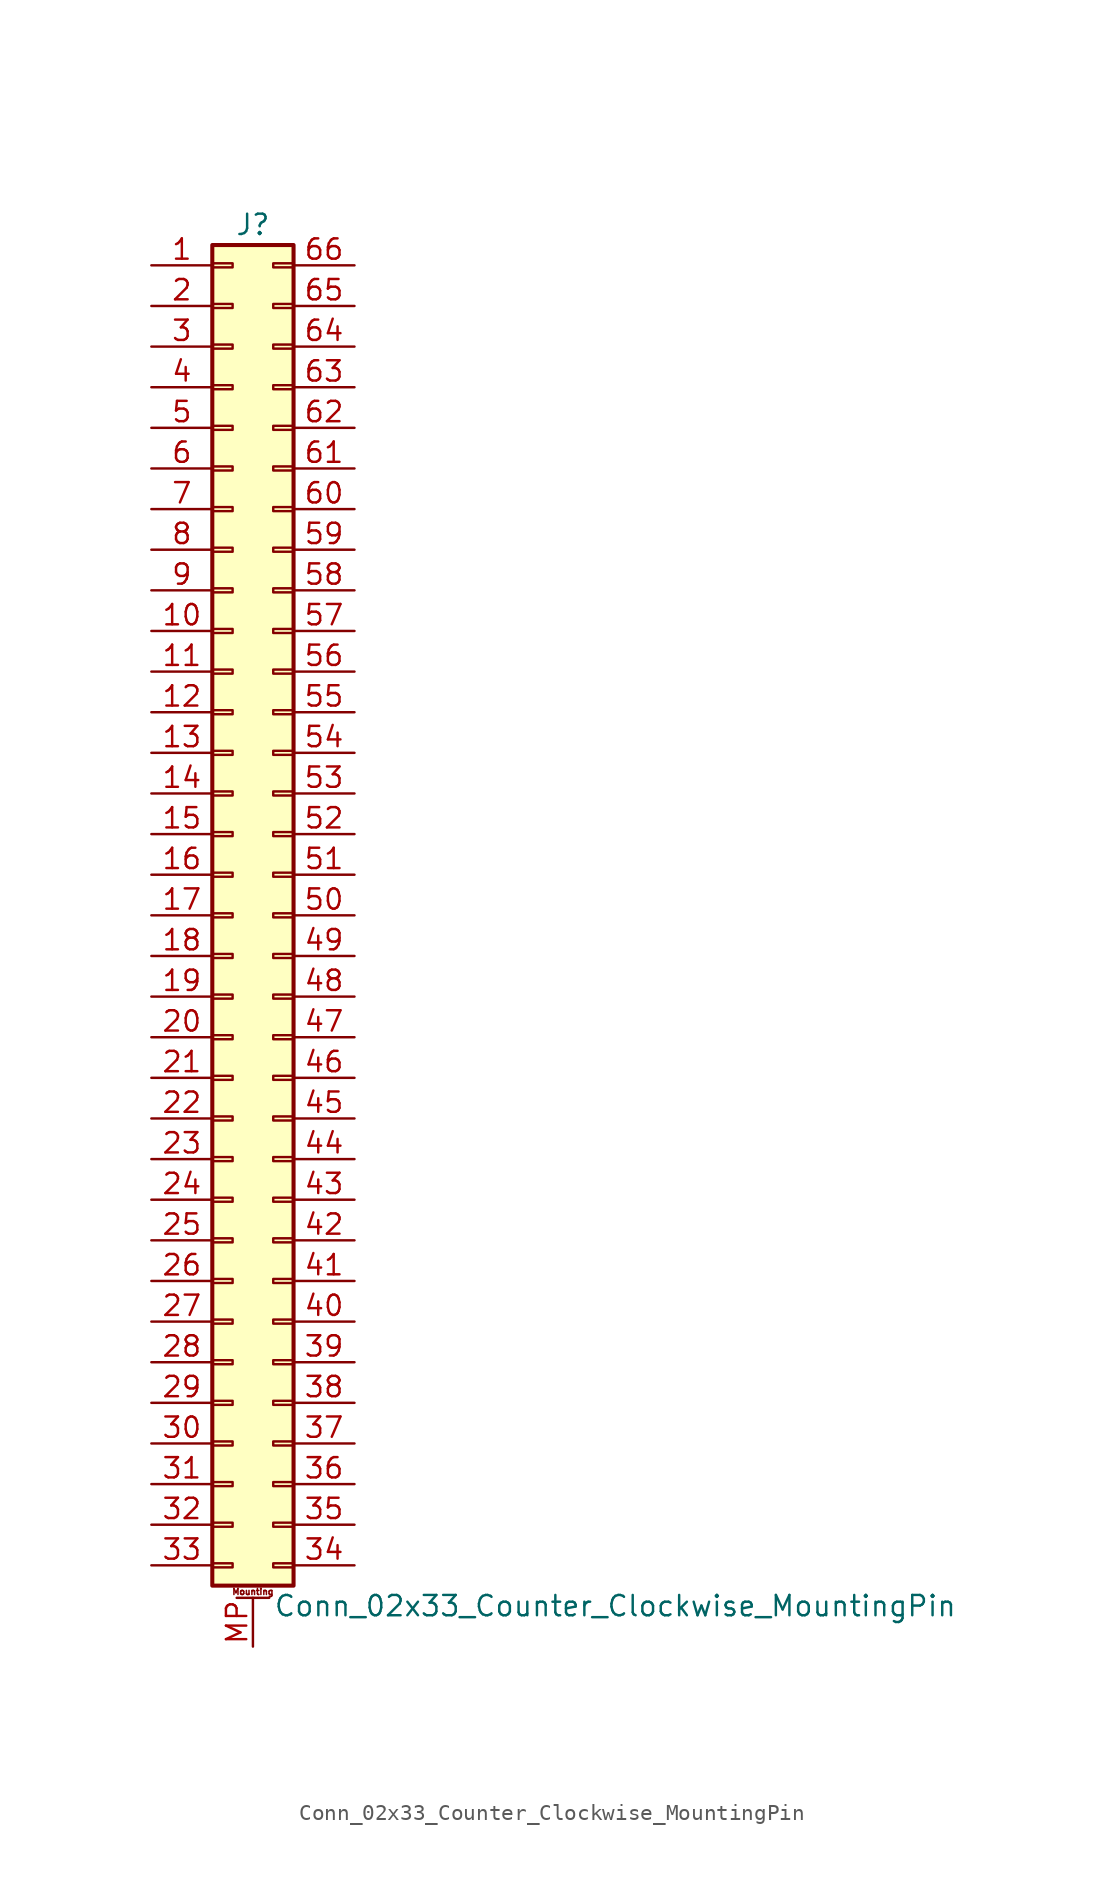
<source format=kicad_sym>
(kicad_symbol_lib
  (version 20201005)
  (generator kicad_symbol_editor)
  (symbol "Connector_Generic_MountingPin:Conn_02x33_Counter_Clockwise_MountingPin"
    (pin_names
      (offset 1.016) hide)
    (property "Reference" "J"
      (at 1.27 43.18 0)
      (effects (font (size 1.27 1.27))))
    (property "Value" "Conn_02x33_Counter_Clockwise_MountingPin"
      (at 2.54 -43.18 0)
      (effects (font (size 1.27 1.27)) (justify left)))
    (symbol "Conn_02x33_Counter_Clockwise_MountingPin_1_1"
      (text "Mounting" (at 1.27 -42.291 0) (effects (font (size 0.381 0.381))))
      (rectangle (start -1.27 -27.813) (end 0 -28.067) (stroke (width 0.152)) (fill (type none)))
      (rectangle (start -1.27 -30.353) (end 0 -30.607) (stroke (width 0.152)) (fill (type none)))
      (rectangle (start -1.27 -32.893) (end 0 -33.147) (stroke (width 0.152)) (fill (type none)))
      (rectangle (start -1.27 -35.433) (end 0 -35.687) (stroke (width 0.152)) (fill (type none)))
      (rectangle (start -1.27 -37.973) (end 0 -38.227) (stroke (width 0.152)) (fill (type none)))
      (rectangle (start -1.27 -40.513) (end 0 -40.767) (stroke (width 0.152)) (fill (type none)))
      (rectangle (start -1.27 -4.953) (end 0 -5.207) (stroke (width 0.152)) (fill (type none)))
      (rectangle (start -1.27 -7.493) (end 0 -7.747) (stroke (width 0.152)) (fill (type none)))
      (rectangle (start -1.27 -10.033) (end 0 -10.287) (stroke (width 0.152)) (fill (type none)))
      (rectangle (start -1.27 -12.573) (end 0 -12.827) (stroke (width 0.152)) (fill (type none)))
      (rectangle (start -1.27 -15.113) (end 0 -15.367) (stroke (width 0.152)) (fill (type none)))
      (rectangle (start -1.27 -17.653) (end 0 -17.907) (stroke (width 0.152)) (fill (type none)))
      (rectangle (start -1.27 -20.193) (end 0 -20.447) (stroke (width 0.152)) (fill (type none)))
      (rectangle (start -1.27 -22.733) (end 0 -22.987) (stroke (width 0.152)) (fill (type none)))
      (rectangle (start -1.27 -2.413) (end 0 -2.667) (stroke (width 0.152)) (fill (type none)))
      (rectangle (start -1.27 -25.273) (end 0 -25.527) (stroke (width 0.152)) (fill (type none)))
      (rectangle (start -1.27 25.527) (end 0 25.273) (stroke (width 0.152)) (fill (type none)))
      (rectangle (start -1.27 2.667) (end 0 2.413) (stroke (width 0.152)) (fill (type none)))
      (rectangle (start -1.27 28.067) (end 0 27.813) (stroke (width 0.152)) (fill (type none)))
      (rectangle (start -1.27 30.607) (end 0 30.353) (stroke (width 0.152)) (fill (type none)))
      (rectangle (start -1.27 33.147) (end 0 32.893) (stroke (width 0.152)) (fill (type none)))
      (rectangle (start -1.27 35.687) (end 0 35.433) (stroke (width 0.152)) (fill (type none)))
      (rectangle (start -1.27 38.227) (end 0 37.973) (stroke (width 0.152)) (fill (type none)))
      (rectangle (start -1.27 40.767) (end 0 40.513) (stroke (width 0.152)) (fill (type none)))
      (rectangle (start -1.27 41.91) (end 3.81 -41.91) (stroke (width 0.254)) (fill (type background)))
      (rectangle (start -1.27 5.207) (end 0 4.953) (stroke (width 0.152)) (fill (type none)))
      (rectangle (start -1.27 7.747) (end 0 7.493) (stroke (width 0.152)) (fill (type none)))
      (rectangle (start -1.27 10.287) (end 0 10.033) (stroke (width 0.152)) (fill (type none)))
      (rectangle (start -1.27 0.127) (end 0 -0.127) (stroke (width 0.152)) (fill (type none)))
      (rectangle (start -1.27 12.827) (end 0 12.573) (stroke (width 0.152)) (fill (type none)))
      (rectangle (start -1.27 15.367) (end 0 15.113) (stroke (width 0.152)) (fill (type none)))
      (rectangle (start -1.27 17.907) (end 0 17.653) (stroke (width 0.152)) (fill (type none)))
      (rectangle (start -1.27 20.447) (end 0 20.193) (stroke (width 0.152)) (fill (type none)))
      (rectangle (start -1.27 22.987) (end 0 22.733) (stroke (width 0.152)) (fill (type none)))
      (rectangle (start 3.81 -27.813) (end 2.54 -28.067) (stroke (width 0.152)) (fill (type none)))
      (rectangle (start 3.81 -30.353) (end 2.54 -30.607) (stroke (width 0.152)) (fill (type none)))
      (rectangle (start 3.81 -32.893) (end 2.54 -33.147) (stroke (width 0.152)) (fill (type none)))
      (rectangle (start 3.81 -35.433) (end 2.54 -35.687) (stroke (width 0.152)) (fill (type none)))
      (rectangle (start 3.81 -37.973) (end 2.54 -38.227) (stroke (width 0.152)) (fill (type none)))
      (rectangle (start 3.81 -40.513) (end 2.54 -40.767) (stroke (width 0.152)) (fill (type none)))
      (rectangle (start 3.81 -4.953) (end 2.54 -5.207) (stroke (width 0.152)) (fill (type none)))
      (rectangle (start 3.81 -7.493) (end 2.54 -7.747) (stroke (width 0.152)) (fill (type none)))
      (rectangle (start 3.81 -10.033) (end 2.54 -10.287) (stroke (width 0.152)) (fill (type none)))
      (rectangle (start 3.81 -12.573) (end 2.54 -12.827) (stroke (width 0.152)) (fill (type none)))
      (rectangle (start 3.81 -15.113) (end 2.54 -15.367) (stroke (width 0.152)) (fill (type none)))
      (rectangle (start 3.81 -17.653) (end 2.54 -17.907) (stroke (width 0.152)) (fill (type none)))
      (rectangle (start 3.81 -20.193) (end 2.54 -20.447) (stroke (width 0.152)) (fill (type none)))
      (rectangle (start 3.81 -22.733) (end 2.54 -22.987) (stroke (width 0.152)) (fill (type none)))
      (rectangle (start 3.81 -2.413) (end 2.54 -2.667) (stroke (width 0.152)) (fill (type none)))
      (rectangle (start 3.81 -25.273) (end 2.54 -25.527) (stroke (width 0.152)) (fill (type none)))
      (rectangle (start 3.81 25.527) (end 2.54 25.273) (stroke (width 0.152)) (fill (type none)))
      (rectangle (start 3.81 2.667) (end 2.54 2.413) (stroke (width 0.152)) (fill (type none)))
      (rectangle (start 3.81 28.067) (end 2.54 27.813) (stroke (width 0.152)) (fill (type none)))
      (rectangle (start 3.81 30.607) (end 2.54 30.353) (stroke (width 0.152)) (fill (type none)))
      (rectangle (start 3.81 33.147) (end 2.54 32.893) (stroke (width 0.152)) (fill (type none)))
      (rectangle (start 3.81 35.687) (end 2.54 35.433) (stroke (width 0.152)) (fill (type none)))
      (rectangle (start 3.81 38.227) (end 2.54 37.973) (stroke (width 0.152)) (fill (type none)))
      (rectangle (start 3.81 40.767) (end 2.54 40.513) (stroke (width 0.152)) (fill (type none)))
      (rectangle (start 3.81 5.207) (end 2.54 4.953) (stroke (width 0.152)) (fill (type none)))
      (rectangle (start 3.81 7.747) (end 2.54 7.493) (stroke (width 0.152)) (fill (type none)))
      (rectangle (start 3.81 10.287) (end 2.54 10.033) (stroke (width 0.152)) (fill (type none)))
      (rectangle (start 3.81 0.127) (end 2.54 -0.127) (stroke (width 0.152)) (fill (type none)))
      (rectangle (start 3.81 12.827) (end 2.54 12.573) (stroke (width 0.152)) (fill (type none)))
      (rectangle (start 3.81 15.367) (end 2.54 15.113) (stroke (width 0.152)) (fill (type none)))
      (rectangle (start 3.81 17.907) (end 2.54 17.653) (stroke (width 0.152)) (fill (type none)))
      (rectangle (start 3.81 20.447) (end 2.54 20.193) (stroke (width 0.152)) (fill (type none)))
      (rectangle (start 3.81 22.987) (end 2.54 22.733) (stroke (width 0.152)) (fill (type none)))
      (polyline (pts (xy 0.254 -42.672) (xy 2.286 -42.672)) (stroke (width 0.152)) (fill (type none)))
      (pin passive line (at 1.27 -45.72 90) (length 3.048) (name "MountPin" (effects (font (size 1.27 1.27)))) (number "MP" (effects (font (size 1.27 1.27)))))
      (pin passive line (at -5.08 40.64 0) (length 3.81) (name "Pin_1" (effects (font (size 1.27 1.27)))) (number "1" (effects (font (size 1.27 1.27)))))
      (pin passive line (at -5.08 17.78 0) (length 3.81) (name "Pin_10" (effects (font (size 1.27 1.27)))) (number "10" (effects (font (size 1.27 1.27)))))
      (pin passive line (at -5.08 15.24 0) (length 3.81) (name "Pin_11" (effects (font (size 1.27 1.27)))) (number "11" (effects (font (size 1.27 1.27)))))
      (pin passive line (at -5.08 12.7 0) (length 3.81) (name "Pin_12" (effects (font (size 1.27 1.27)))) (number "12" (effects (font (size 1.27 1.27)))))
      (pin passive line (at -5.08 10.16 0) (length 3.81) (name "Pin_13" (effects (font (size 1.27 1.27)))) (number "13" (effects (font (size 1.27 1.27)))))
      (pin passive line (at -5.08 7.62 0) (length 3.81) (name "Pin_14" (effects (font (size 1.27 1.27)))) (number "14" (effects (font (size 1.27 1.27)))))
      (pin passive line (at -5.08 5.08 0) (length 3.81) (name "Pin_15" (effects (font (size 1.27 1.27)))) (number "15" (effects (font (size 1.27 1.27)))))
      (pin passive line (at -5.08 2.54 0) (length 3.81) (name "Pin_16" (effects (font (size 1.27 1.27)))) (number "16" (effects (font (size 1.27 1.27)))))
      (pin passive line (at -5.08 0 0) (length 3.81) (name "Pin_17" (effects (font (size 1.27 1.27)))) (number "17" (effects (font (size 1.27 1.27)))))
      (pin passive line (at -5.08 -2.54 0) (length 3.81) (name "Pin_18" (effects (font (size 1.27 1.27)))) (number "18" (effects (font (size 1.27 1.27)))))
      (pin passive line (at -5.08 -5.08 0) (length 3.81) (name "Pin_19" (effects (font (size 1.27 1.27)))) (number "19" (effects (font (size 1.27 1.27)))))
      (pin passive line (at -5.08 38.1 0) (length 3.81) (name "Pin_2" (effects (font (size 1.27 1.27)))) (number "2" (effects (font (size 1.27 1.27)))))
      (pin passive line (at -5.08 -7.62 0) (length 3.81) (name "Pin_20" (effects (font (size 1.27 1.27)))) (number "20" (effects (font (size 1.27 1.27)))))
      (pin passive line (at -5.08 -10.16 0) (length 3.81) (name "Pin_21" (effects (font (size 1.27 1.27)))) (number "21" (effects (font (size 1.27 1.27)))))
      (pin passive line (at -5.08 -12.7 0) (length 3.81) (name "Pin_22" (effects (font (size 1.27 1.27)))) (number "22" (effects (font (size 1.27 1.27)))))
      (pin passive line (at -5.08 -15.24 0) (length 3.81) (name "Pin_23" (effects (font (size 1.27 1.27)))) (number "23" (effects (font (size 1.27 1.27)))))
      (pin passive line (at -5.08 -17.78 0) (length 3.81) (name "Pin_24" (effects (font (size 1.27 1.27)))) (number "24" (effects (font (size 1.27 1.27)))))
      (pin passive line (at -5.08 -20.32 0) (length 3.81) (name "Pin_25" (effects (font (size 1.27 1.27)))) (number "25" (effects (font (size 1.27 1.27)))))
      (pin passive line (at -5.08 -22.86 0) (length 3.81) (name "Pin_26" (effects (font (size 1.27 1.27)))) (number "26" (effects (font (size 1.27 1.27)))))
      (pin passive line (at -5.08 -25.4 0) (length 3.81) (name "Pin_27" (effects (font (size 1.27 1.27)))) (number "27" (effects (font (size 1.27 1.27)))))
      (pin passive line (at -5.08 -27.94 0) (length 3.81) (name "Pin_28" (effects (font (size 1.27 1.27)))) (number "28" (effects (font (size 1.27 1.27)))))
      (pin passive line (at -5.08 -30.48 0) (length 3.81) (name "Pin_29" (effects (font (size 1.27 1.27)))) (number "29" (effects (font (size 1.27 1.27)))))
      (pin passive line (at -5.08 35.56 0) (length 3.81) (name "Pin_3" (effects (font (size 1.27 1.27)))) (number "3" (effects (font (size 1.27 1.27)))))
      (pin passive line (at -5.08 -33.02 0) (length 3.81) (name "Pin_30" (effects (font (size 1.27 1.27)))) (number "30" (effects (font (size 1.27 1.27)))))
      (pin passive line (at -5.08 -35.56 0) (length 3.81) (name "Pin_31" (effects (font (size 1.27 1.27)))) (number "31" (effects (font (size 1.27 1.27)))))
      (pin passive line (at -5.08 -38.1 0) (length 3.81) (name "Pin_32" (effects (font (size 1.27 1.27)))) (number "32" (effects (font (size 1.27 1.27)))))
      (pin passive line (at -5.08 -40.64 0) (length 3.81) (name "Pin_33" (effects (font (size 1.27 1.27)))) (number "33" (effects (font (size 1.27 1.27)))))
      (pin passive line (at 7.62 -40.64 180) (length 3.81) (name "Pin_34" (effects (font (size 1.27 1.27)))) (number "34" (effects (font (size 1.27 1.27)))))
      (pin passive line (at 7.62 -38.1 180) (length 3.81) (name "Pin_35" (effects (font (size 1.27 1.27)))) (number "35" (effects (font (size 1.27 1.27)))))
      (pin passive line (at 7.62 -35.56 180) (length 3.81) (name "Pin_36" (effects (font (size 1.27 1.27)))) (number "36" (effects (font (size 1.27 1.27)))))
      (pin passive line (at 7.62 -33.02 180) (length 3.81) (name "Pin_37" (effects (font (size 1.27 1.27)))) (number "37" (effects (font (size 1.27 1.27)))))
      (pin passive line (at 7.62 -30.48 180) (length 3.81) (name "Pin_38" (effects (font (size 1.27 1.27)))) (number "38" (effects (font (size 1.27 1.27)))))
      (pin passive line (at 7.62 -27.94 180) (length 3.81) (name "Pin_39" (effects (font (size 1.27 1.27)))) (number "39" (effects (font (size 1.27 1.27)))))
      (pin passive line (at -5.08 33.02 0) (length 3.81) (name "Pin_4" (effects (font (size 1.27 1.27)))) (number "4" (effects (font (size 1.27 1.27)))))
      (pin passive line (at 7.62 -25.4 180) (length 3.81) (name "Pin_40" (effects (font (size 1.27 1.27)))) (number "40" (effects (font (size 1.27 1.27)))))
      (pin passive line (at 7.62 -22.86 180) (length 3.81) (name "Pin_41" (effects (font (size 1.27 1.27)))) (number "41" (effects (font (size 1.27 1.27)))))
      (pin passive line (at 7.62 -20.32 180) (length 3.81) (name "Pin_42" (effects (font (size 1.27 1.27)))) (number "42" (effects (font (size 1.27 1.27)))))
      (pin passive line (at 7.62 -17.78 180) (length 3.81) (name "Pin_43" (effects (font (size 1.27 1.27)))) (number "43" (effects (font (size 1.27 1.27)))))
      (pin passive line (at 7.62 -15.24 180) (length 3.81) (name "Pin_44" (effects (font (size 1.27 1.27)))) (number "44" (effects (font (size 1.27 1.27)))))
      (pin passive line (at 7.62 -12.7 180) (length 3.81) (name "Pin_45" (effects (font (size 1.27 1.27)))) (number "45" (effects (font (size 1.27 1.27)))))
      (pin passive line (at 7.62 -10.16 180) (length 3.81) (name "Pin_46" (effects (font (size 1.27 1.27)))) (number "46" (effects (font (size 1.27 1.27)))))
      (pin passive line (at 7.62 -7.62 180) (length 3.81) (name "Pin_47" (effects (font (size 1.27 1.27)))) (number "47" (effects (font (size 1.27 1.27)))))
      (pin passive line (at 7.62 -5.08 180) (length 3.81) (name "Pin_48" (effects (font (size 1.27 1.27)))) (number "48" (effects (font (size 1.27 1.27)))))
      (pin passive line (at 7.62 -2.54 180) (length 3.81) (name "Pin_49" (effects (font (size 1.27 1.27)))) (number "49" (effects (font (size 1.27 1.27)))))
      (pin passive line (at -5.08 30.48 0) (length 3.81) (name "Pin_5" (effects (font (size 1.27 1.27)))) (number "5" (effects (font (size 1.27 1.27)))))
      (pin passive line (at 7.62 0 180) (length 3.81) (name "Pin_50" (effects (font (size 1.27 1.27)))) (number "50" (effects (font (size 1.27 1.27)))))
      (pin passive line (at 7.62 2.54 180) (length 3.81) (name "Pin_51" (effects (font (size 1.27 1.27)))) (number "51" (effects (font (size 1.27 1.27)))))
      (pin passive line (at 7.62 5.08 180) (length 3.81) (name "Pin_52" (effects (font (size 1.27 1.27)))) (number "52" (effects (font (size 1.27 1.27)))))
      (pin passive line (at 7.62 7.62 180) (length 3.81) (name "Pin_53" (effects (font (size 1.27 1.27)))) (number "53" (effects (font (size 1.27 1.27)))))
      (pin passive line (at 7.62 10.16 180) (length 3.81) (name "Pin_54" (effects (font (size 1.27 1.27)))) (number "54" (effects (font (size 1.27 1.27)))))
      (pin passive line (at 7.62 12.7 180) (length 3.81) (name "Pin_55" (effects (font (size 1.27 1.27)))) (number "55" (effects (font (size 1.27 1.27)))))
      (pin passive line (at 7.62 15.24 180) (length 3.81) (name "Pin_56" (effects (font (size 1.27 1.27)))) (number "56" (effects (font (size 1.27 1.27)))))
      (pin passive line (at 7.62 17.78 180) (length 3.81) (name "Pin_57" (effects (font (size 1.27 1.27)))) (number "57" (effects (font (size 1.27 1.27)))))
      (pin passive line (at 7.62 20.32 180) (length 3.81) (name "Pin_58" (effects (font (size 1.27 1.27)))) (number "58" (effects (font (size 1.27 1.27)))))
      (pin passive line (at 7.62 22.86 180) (length 3.81) (name "Pin_59" (effects (font (size 1.27 1.27)))) (number "59" (effects (font (size 1.27 1.27)))))
      (pin passive line (at -5.08 27.94 0) (length 3.81) (name "Pin_6" (effects (font (size 1.27 1.27)))) (number "6" (effects (font (size 1.27 1.27)))))
      (pin passive line (at 7.62 25.4 180) (length 3.81) (name "Pin_60" (effects (font (size 1.27 1.27)))) (number "60" (effects (font (size 1.27 1.27)))))
      (pin passive line (at 7.62 27.94 180) (length 3.81) (name "Pin_61" (effects (font (size 1.27 1.27)))) (number "61" (effects (font (size 1.27 1.27)))))
      (pin passive line (at 7.62 30.48 180) (length 3.81) (name "Pin_62" (effects (font (size 1.27 1.27)))) (number "62" (effects (font (size 1.27 1.27)))))
      (pin passive line (at 7.62 33.02 180) (length 3.81) (name "Pin_63" (effects (font (size 1.27 1.27)))) (number "63" (effects (font (size 1.27 1.27)))))
      (pin passive line (at 7.62 35.56 180) (length 3.81) (name "Pin_64" (effects (font (size 1.27 1.27)))) (number "64" (effects (font (size 1.27 1.27)))))
      (pin passive line (at 7.62 38.1 180) (length 3.81) (name "Pin_65" (effects (font (size 1.27 1.27)))) (number "65" (effects (font (size 1.27 1.27)))))
      (pin passive line (at 7.62 40.64 180) (length 3.81) (name "Pin_66" (effects (font (size 1.27 1.27)))) (number "66" (effects (font (size 1.27 1.27)))))
      (pin passive line (at -5.08 25.4 0) (length 3.81) (name "Pin_7" (effects (font (size 1.27 1.27)))) (number "7" (effects (font (size 1.27 1.27)))))
      (pin passive line (at -5.08 22.86 0) (length 3.81) (name "Pin_8" (effects (font (size 1.27 1.27)))) (number "8" (effects (font (size 1.27 1.27)))))
      (pin passive line (at -5.08 20.32 0) (length 3.81) (name "Pin_9" (effects (font (size 1.27 1.27)))) (number "9" (effects (font (size 1.27 1.27))))))))
</source>
